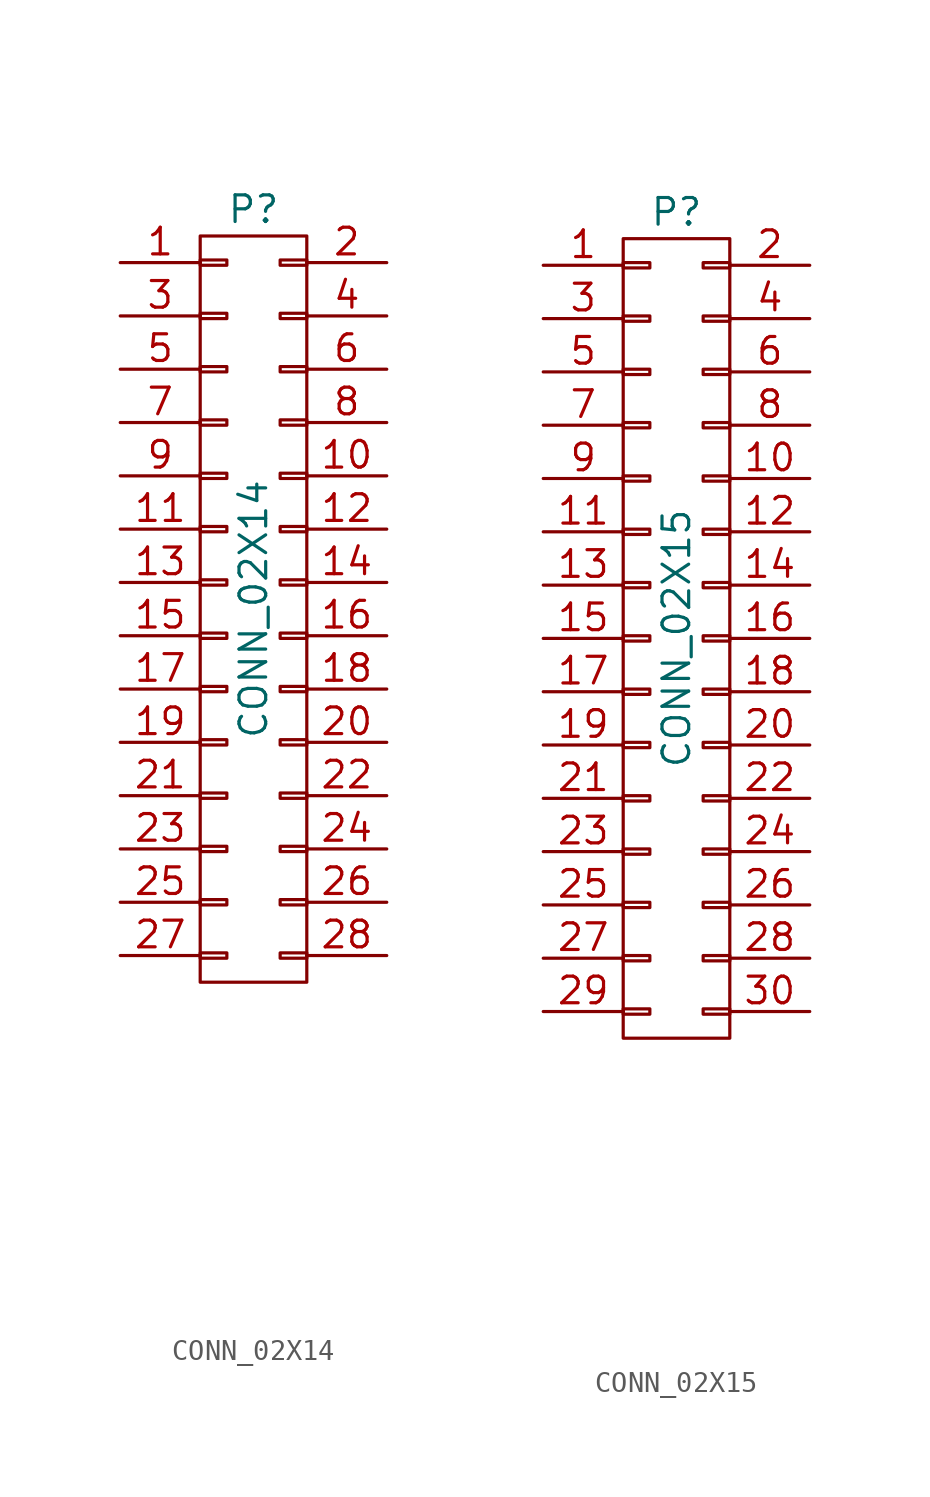
<source format=kicad_sym>
(kicad_symbol_lib
  (version 20231120)
  (generator "kicad_symbol_editor")
  (generator_version "8.0")
  (symbol "CONN_02X14"
    (pin_names
      (offset 0.025) hide)
    (property "Reference" "P"
      (at 0 19.05 0)
      (effects (font (size 1.27 1.27))))
    (property "Value" "CONN_02X14"
      (at 0 0 90)
      (effects (font (size 1.27 1.27))))
    (property "Footprint" ""
      (at 0 -29.21 0)
      (effects (font (size 1.27 1.27))))
    (property "Datasheet" ""
      (at 0 -29.21 0)
      (effects (font (size 1.27 1.27))))
    (symbol "CONN_02X14_0_1"
      (rectangle (start -2.54 -16.383) (end -1.27 -16.637) (stroke (width 0) (type solid)) (fill (type none)))
      (rectangle (start -2.54 -13.843) (end -1.27 -14.097) (stroke (width 0) (type solid)) (fill (type none)))
      (rectangle (start -2.54 -11.303) (end -1.27 -11.557) (stroke (width 0) (type solid)) (fill (type none)))
      (rectangle (start -2.54 -8.763) (end -1.27 -9.017) (stroke (width 0) (type solid)) (fill (type none)))
      (rectangle (start -2.54 -6.223) (end -1.27 -6.477) (stroke (width 0) (type solid)) (fill (type none)))
      (rectangle (start -2.54 -3.683) (end -1.27 -3.937) (stroke (width 0) (type solid)) (fill (type none)))
      (rectangle (start -2.54 -1.143) (end -1.27 -1.397) (stroke (width 0) (type solid)) (fill (type none)))
      (rectangle (start -2.54 1.397) (end -1.27 1.143) (stroke (width 0) (type solid)) (fill (type none)))
      (rectangle (start -2.54 3.937) (end -1.27 3.683) (stroke (width 0) (type solid)) (fill (type none)))
      (rectangle (start -2.54 6.477) (end -1.27 6.223) (stroke (width 0) (type solid)) (fill (type none)))
      (rectangle (start -2.54 9.017) (end -1.27 8.763) (stroke (width 0) (type solid)) (fill (type none)))
      (rectangle (start -2.54 11.557) (end -1.27 11.303) (stroke (width 0) (type solid)) (fill (type none)))
      (rectangle (start -2.54 14.097) (end -1.27 13.843) (stroke (width 0) (type solid)) (fill (type none)))
      (rectangle (start -2.54 16.637) (end -1.27 16.383) (stroke (width 0) (type solid)) (fill (type none)))
      (rectangle (start -2.54 17.78) (end 2.54 -17.78) (stroke (width 0) (type solid)) (fill (type none)))
      (rectangle (start 1.27 -16.383) (end 2.54 -16.637) (stroke (width 0) (type solid)) (fill (type none)))
      (rectangle (start 1.27 -13.843) (end 2.54 -14.097) (stroke (width 0) (type solid)) (fill (type none)))
      (rectangle (start 1.27 -11.303) (end 2.54 -11.557) (stroke (width 0) (type solid)) (fill (type none)))
      (rectangle (start 1.27 -8.763) (end 2.54 -9.017) (stroke (width 0) (type solid)) (fill (type none)))
      (rectangle (start 1.27 -6.223) (end 2.54 -6.477) (stroke (width 0) (type solid)) (fill (type none)))
      (rectangle (start 1.27 -3.683) (end 2.54 -3.937) (stroke (width 0) (type solid)) (fill (type none)))
      (rectangle (start 1.27 -1.143) (end 2.54 -1.397) (stroke (width 0) (type solid)) (fill (type none)))
      (rectangle (start 1.27 1.397) (end 2.54 1.143) (stroke (width 0) (type solid)) (fill (type none)))
      (rectangle (start 1.27 3.937) (end 2.54 3.683) (stroke (width 0) (type solid)) (fill (type none)))
      (rectangle (start 1.27 6.477) (end 2.54 6.223) (stroke (width 0) (type solid)) (fill (type none)))
      (rectangle (start 1.27 9.017) (end 2.54 8.763) (stroke (width 0) (type solid)) (fill (type none)))
      (rectangle (start 1.27 11.557) (end 2.54 11.303) (stroke (width 0) (type solid)) (fill (type none)))
      (rectangle (start 1.27 14.097) (end 2.54 13.843) (stroke (width 0) (type solid)) (fill (type none)))
      (rectangle (start 1.27 16.637) (end 2.54 16.383) (stroke (width 0) (type solid)) (fill (type none))))
    (symbol "CONN_02X14_1_1"
      (pin passive line (at -6.35 16.51 0) (length 3.81) (name "P1" (effects (font (size 1.27 1.27)))) (number "1" (effects (font (size 1.27 1.27)))))
      (pin passive line (at 6.35 6.35 180) (length 3.81) (name "P10" (effects (font (size 1.27 1.27)))) (number "10" (effects (font (size 1.27 1.27)))))
      (pin passive line (at -6.35 3.81 0) (length 3.81) (name "P11" (effects (font (size 1.27 1.27)))) (number "11" (effects (font (size 1.27 1.27)))))
      (pin passive line (at 6.35 3.81 180) (length 3.81) (name "P12" (effects (font (size 1.27 1.27)))) (number "12" (effects (font (size 1.27 1.27)))))
      (pin passive line (at -6.35 1.27 0) (length 3.81) (name "P13" (effects (font (size 1.27 1.27)))) (number "13" (effects (font (size 1.27 1.27)))))
      (pin passive line (at 6.35 1.27 180) (length 3.81) (name "P14" (effects (font (size 1.27 1.27)))) (number "14" (effects (font (size 1.27 1.27)))))
      (pin passive line (at -6.35 -1.27 0) (length 3.81) (name "P15" (effects (font (size 1.27 1.27)))) (number "15" (effects (font (size 1.27 1.27)))))
      (pin passive line (at 6.35 -1.27 180) (length 3.81) (name "P16" (effects (font (size 1.27 1.27)))) (number "16" (effects (font (size 1.27 1.27)))))
      (pin passive line (at -6.35 -3.81 0) (length 3.81) (name "P17" (effects (font (size 1.27 1.27)))) (number "17" (effects (font (size 1.27 1.27)))))
      (pin passive line (at 6.35 -3.81 180) (length 3.81) (name "P18" (effects (font (size 1.27 1.27)))) (number "18" (effects (font (size 1.27 1.27)))))
      (pin passive line (at -6.35 -6.35 0) (length 3.81) (name "P19" (effects (font (size 1.27 1.27)))) (number "19" (effects (font (size 1.27 1.27)))))
      (pin passive line (at 6.35 16.51 180) (length 3.81) (name "P2" (effects (font (size 1.27 1.27)))) (number "2" (effects (font (size 1.27 1.27)))))
      (pin passive line (at 6.35 -6.35 180) (length 3.81) (name "P20" (effects (font (size 1.27 1.27)))) (number "20" (effects (font (size 1.27 1.27)))))
      (pin passive line (at -6.35 -8.89 0) (length 3.81) (name "P21" (effects (font (size 1.27 1.27)))) (number "21" (effects (font (size 1.27 1.27)))))
      (pin passive line (at 6.35 -8.89 180) (length 3.81) (name "P22" (effects (font (size 1.27 1.27)))) (number "22" (effects (font (size 1.27 1.27)))))
      (pin passive line (at -6.35 -11.43 0) (length 3.81) (name "P23" (effects (font (size 1.27 1.27)))) (number "23" (effects (font (size 1.27 1.27)))))
      (pin passive line (at 6.35 -11.43 180) (length 3.81) (name "P24" (effects (font (size 1.27 1.27)))) (number "24" (effects (font (size 1.27 1.27)))))
      (pin passive line (at -6.35 -13.97 0) (length 3.81) (name "P25" (effects (font (size 1.27 1.27)))) (number "25" (effects (font (size 1.27 1.27)))))
      (pin passive line (at 6.35 -13.97 180) (length 3.81) (name "P26" (effects (font (size 1.27 1.27)))) (number "26" (effects (font (size 1.27 1.27)))))
      (pin passive line (at -6.35 -16.51 0) (length 3.81) (name "P27" (effects (font (size 1.27 1.27)))) (number "27" (effects (font (size 1.27 1.27)))))
      (pin passive line (at 6.35 -16.51 180) (length 3.81) (name "P28" (effects (font (size 1.27 1.27)))) (number "28" (effects (font (size 1.27 1.27)))))
      (pin passive line (at -6.35 13.97 0) (length 3.81) (name "P3" (effects (font (size 1.27 1.27)))) (number "3" (effects (font (size 1.27 1.27)))))
      (pin passive line (at 6.35 13.97 180) (length 3.81) (name "P4" (effects (font (size 1.27 1.27)))) (number "4" (effects (font (size 1.27 1.27)))))
      (pin passive line (at -6.35 11.43 0) (length 3.81) (name "P5" (effects (font (size 1.27 1.27)))) (number "5" (effects (font (size 1.27 1.27)))))
      (pin passive line (at 6.35 11.43 180) (length 3.81) (name "P6" (effects (font (size 1.27 1.27)))) (number "6" (effects (font (size 1.27 1.27)))))
      (pin passive line (at -6.35 8.89 0) (length 3.81) (name "P7" (effects (font (size 1.27 1.27)))) (number "7" (effects (font (size 1.27 1.27)))))
      (pin passive line (at 6.35 8.89 180) (length 3.81) (name "P8" (effects (font (size 1.27 1.27)))) (number "8" (effects (font (size 1.27 1.27)))))
      (pin passive line (at -6.35 6.35 0) (length 3.81) (name "P9" (effects (font (size 1.27 1.27)))) (number "9" (effects (font (size 1.27 1.27)))))))
  (symbol "CONN_02X15"
    (pin_names
      (offset 0.025) hide)
    (property "Reference" "P"
      (at 0 20.32 0)
      (effects (font (size 1.27 1.27))))
    (property "Value" "CONN_02X15"
      (at 0 0 90)
      (effects (font (size 1.27 1.27))))
    (property "Footprint" ""
      (at 0 -29.21 0)
      (effects (font (size 1.27 1.27))))
    (property "Datasheet" ""
      (at 0 -29.21 0)
      (effects (font (size 1.27 1.27))))
    (symbol "CONN_02X15_0_1"
      (rectangle (start -2.54 -17.653) (end -1.27 -17.907) (stroke (width 0) (type solid)) (fill (type none)))
      (rectangle (start -2.54 -15.113) (end -1.27 -15.367) (stroke (width 0) (type solid)) (fill (type none)))
      (rectangle (start -2.54 -12.573) (end -1.27 -12.827) (stroke (width 0) (type solid)) (fill (type none)))
      (rectangle (start -2.54 -10.033) (end -1.27 -10.287) (stroke (width 0) (type solid)) (fill (type none)))
      (rectangle (start -2.54 -7.493) (end -1.27 -7.747) (stroke (width 0) (type solid)) (fill (type none)))
      (rectangle (start -2.54 -4.953) (end -1.27 -5.207) (stroke (width 0) (type solid)) (fill (type none)))
      (rectangle (start -2.54 -2.413) (end -1.27 -2.667) (stroke (width 0) (type solid)) (fill (type none)))
      (rectangle (start -2.54 0.127) (end -1.27 -0.127) (stroke (width 0) (type solid)) (fill (type none)))
      (rectangle (start -2.54 2.667) (end -1.27 2.413) (stroke (width 0) (type solid)) (fill (type none)))
      (rectangle (start -2.54 5.207) (end -1.27 4.953) (stroke (width 0) (type solid)) (fill (type none)))
      (rectangle (start -2.54 7.747) (end -1.27 7.493) (stroke (width 0) (type solid)) (fill (type none)))
      (rectangle (start -2.54 10.287) (end -1.27 10.033) (stroke (width 0) (type solid)) (fill (type none)))
      (rectangle (start -2.54 12.827) (end -1.27 12.573) (stroke (width 0) (type solid)) (fill (type none)))
      (rectangle (start -2.54 15.367) (end -1.27 15.113) (stroke (width 0) (type solid)) (fill (type none)))
      (rectangle (start -2.54 17.907) (end -1.27 17.653) (stroke (width 0) (type solid)) (fill (type none)))
      (rectangle (start -2.54 19.05) (end 2.54 -19.05) (stroke (width 0) (type solid)) (fill (type none)))
      (rectangle (start 1.27 -17.653) (end 2.54 -17.907) (stroke (width 0) (type solid)) (fill (type none)))
      (rectangle (start 1.27 -15.113) (end 2.54 -15.367) (stroke (width 0) (type solid)) (fill (type none)))
      (rectangle (start 1.27 -12.573) (end 2.54 -12.827) (stroke (width 0) (type solid)) (fill (type none)))
      (rectangle (start 1.27 -10.033) (end 2.54 -10.287) (stroke (width 0) (type solid)) (fill (type none)))
      (rectangle (start 1.27 -7.493) (end 2.54 -7.747) (stroke (width 0) (type solid)) (fill (type none)))
      (rectangle (start 1.27 -4.953) (end 2.54 -5.207) (stroke (width 0) (type solid)) (fill (type none)))
      (rectangle (start 1.27 -2.413) (end 2.54 -2.667) (stroke (width 0) (type solid)) (fill (type none)))
      (rectangle (start 1.27 0.127) (end 2.54 -0.127) (stroke (width 0) (type solid)) (fill (type none)))
      (rectangle (start 1.27 2.667) (end 2.54 2.413) (stroke (width 0) (type solid)) (fill (type none)))
      (rectangle (start 1.27 5.207) (end 2.54 4.953) (stroke (width 0) (type solid)) (fill (type none)))
      (rectangle (start 1.27 7.747) (end 2.54 7.493) (stroke (width 0) (type solid)) (fill (type none)))
      (rectangle (start 1.27 10.287) (end 2.54 10.033) (stroke (width 0) (type solid)) (fill (type none)))
      (rectangle (start 1.27 12.827) (end 2.54 12.573) (stroke (width 0) (type solid)) (fill (type none)))
      (rectangle (start 1.27 15.367) (end 2.54 15.113) (stroke (width 0) (type solid)) (fill (type none)))
      (rectangle (start 1.27 17.907) (end 2.54 17.653) (stroke (width 0) (type solid)) (fill (type none))))
    (symbol "CONN_02X15_1_1"
      (pin passive line (at -6.35 17.78 0) (length 3.81) (name "P1" (effects (font (size 1.27 1.27)))) (number "1" (effects (font (size 1.27 1.27)))))
      (pin passive line (at 6.35 7.62 180) (length 3.81) (name "P10" (effects (font (size 1.27 1.27)))) (number "10" (effects (font (size 1.27 1.27)))))
      (pin passive line (at -6.35 5.08 0) (length 3.81) (name "P11" (effects (font (size 1.27 1.27)))) (number "11" (effects (font (size 1.27 1.27)))))
      (pin passive line (at 6.35 5.08 180) (length 3.81) (name "P12" (effects (font (size 1.27 1.27)))) (number "12" (effects (font (size 1.27 1.27)))))
      (pin passive line (at -6.35 2.54 0) (length 3.81) (name "P13" (effects (font (size 1.27 1.27)))) (number "13" (effects (font (size 1.27 1.27)))))
      (pin passive line (at 6.35 2.54 180) (length 3.81) (name "P14" (effects (font (size 1.27 1.27)))) (number "14" (effects (font (size 1.27 1.27)))))
      (pin passive line (at -6.35 0 0) (length 3.81) (name "P15" (effects (font (size 1.27 1.27)))) (number "15" (effects (font (size 1.27 1.27)))))
      (pin passive line (at 6.35 0 180) (length 3.81) (name "P16" (effects (font (size 1.27 1.27)))) (number "16" (effects (font (size 1.27 1.27)))))
      (pin passive line (at -6.35 -2.54 0) (length 3.81) (name "P17" (effects (font (size 1.27 1.27)))) (number "17" (effects (font (size 1.27 1.27)))))
      (pin passive line (at 6.35 -2.54 180) (length 3.81) (name "P18" (effects (font (size 1.27 1.27)))) (number "18" (effects (font (size 1.27 1.27)))))
      (pin passive line (at -6.35 -5.08 0) (length 3.81) (name "P19" (effects (font (size 1.27 1.27)))) (number "19" (effects (font (size 1.27 1.27)))))
      (pin passive line (at 6.35 17.78 180) (length 3.81) (name "P2" (effects (font (size 1.27 1.27)))) (number "2" (effects (font (size 1.27 1.27)))))
      (pin passive line (at 6.35 -5.08 180) (length 3.81) (name "P20" (effects (font (size 1.27 1.27)))) (number "20" (effects (font (size 1.27 1.27)))))
      (pin passive line (at -6.35 -7.62 0) (length 3.81) (name "P21" (effects (font (size 1.27 1.27)))) (number "21" (effects (font (size 1.27 1.27)))))
      (pin passive line (at 6.35 -7.62 180) (length 3.81) (name "P22" (effects (font (size 1.27 1.27)))) (number "22" (effects (font (size 1.27 1.27)))))
      (pin passive line (at -6.35 -10.16 0) (length 3.81) (name "P23" (effects (font (size 1.27 1.27)))) (number "23" (effects (font (size 1.27 1.27)))))
      (pin passive line (at 6.35 -10.16 180) (length 3.81) (name "P24" (effects (font (size 1.27 1.27)))) (number "24" (effects (font (size 1.27 1.27)))))
      (pin passive line (at -6.35 -12.7 0) (length 3.81) (name "P25" (effects (font (size 1.27 1.27)))) (number "25" (effects (font (size 1.27 1.27)))))
      (pin passive line (at 6.35 -12.7 180) (length 3.81) (name "P26" (effects (font (size 1.27 1.27)))) (number "26" (effects (font (size 1.27 1.27)))))
      (pin passive line (at -6.35 -15.24 0) (length 3.81) (name "P27" (effects (font (size 1.27 1.27)))) (number "27" (effects (font (size 1.27 1.27)))))
      (pin passive line (at 6.35 -15.24 180) (length 3.81) (name "P28" (effects (font (size 1.27 1.27)))) (number "28" (effects (font (size 1.27 1.27)))))
      (pin passive line (at -6.35 -17.78 0) (length 3.81) (name "P29" (effects (font (size 1.27 1.27)))) (number "29" (effects (font (size 1.27 1.27)))))
      (pin passive line (at -6.35 15.24 0) (length 3.81) (name "P3" (effects (font (size 1.27 1.27)))) (number "3" (effects (font (size 1.27 1.27)))))
      (pin passive line (at 6.35 -17.78 180) (length 3.81) (name "P30" (effects (font (size 1.27 1.27)))) (number "30" (effects (font (size 1.27 1.27)))))
      (pin passive line (at 6.35 15.24 180) (length 3.81) (name "P4" (effects (font (size 1.27 1.27)))) (number "4" (effects (font (size 1.27 1.27)))))
      (pin passive line (at -6.35 12.7 0) (length 3.81) (name "P5" (effects (font (size 1.27 1.27)))) (number "5" (effects (font (size 1.27 1.27)))))
      (pin passive line (at 6.35 12.7 180) (length 3.81) (name "P6" (effects (font (size 1.27 1.27)))) (number "6" (effects (font (size 1.27 1.27)))))
      (pin passive line (at -6.35 10.16 0) (length 3.81) (name "P7" (effects (font (size 1.27 1.27)))) (number "7" (effects (font (size 1.27 1.27)))))
      (pin passive line (at 6.35 10.16 180) (length 3.81) (name "P8" (effects (font (size 1.27 1.27)))) (number "8" (effects (font (size 1.27 1.27)))))
      (pin passive line (at -6.35 7.62 0) (length 3.81) (name "P9" (effects (font (size 1.27 1.27)))) (number "9" (effects (font (size 1.27 1.27))))))))
</source>
